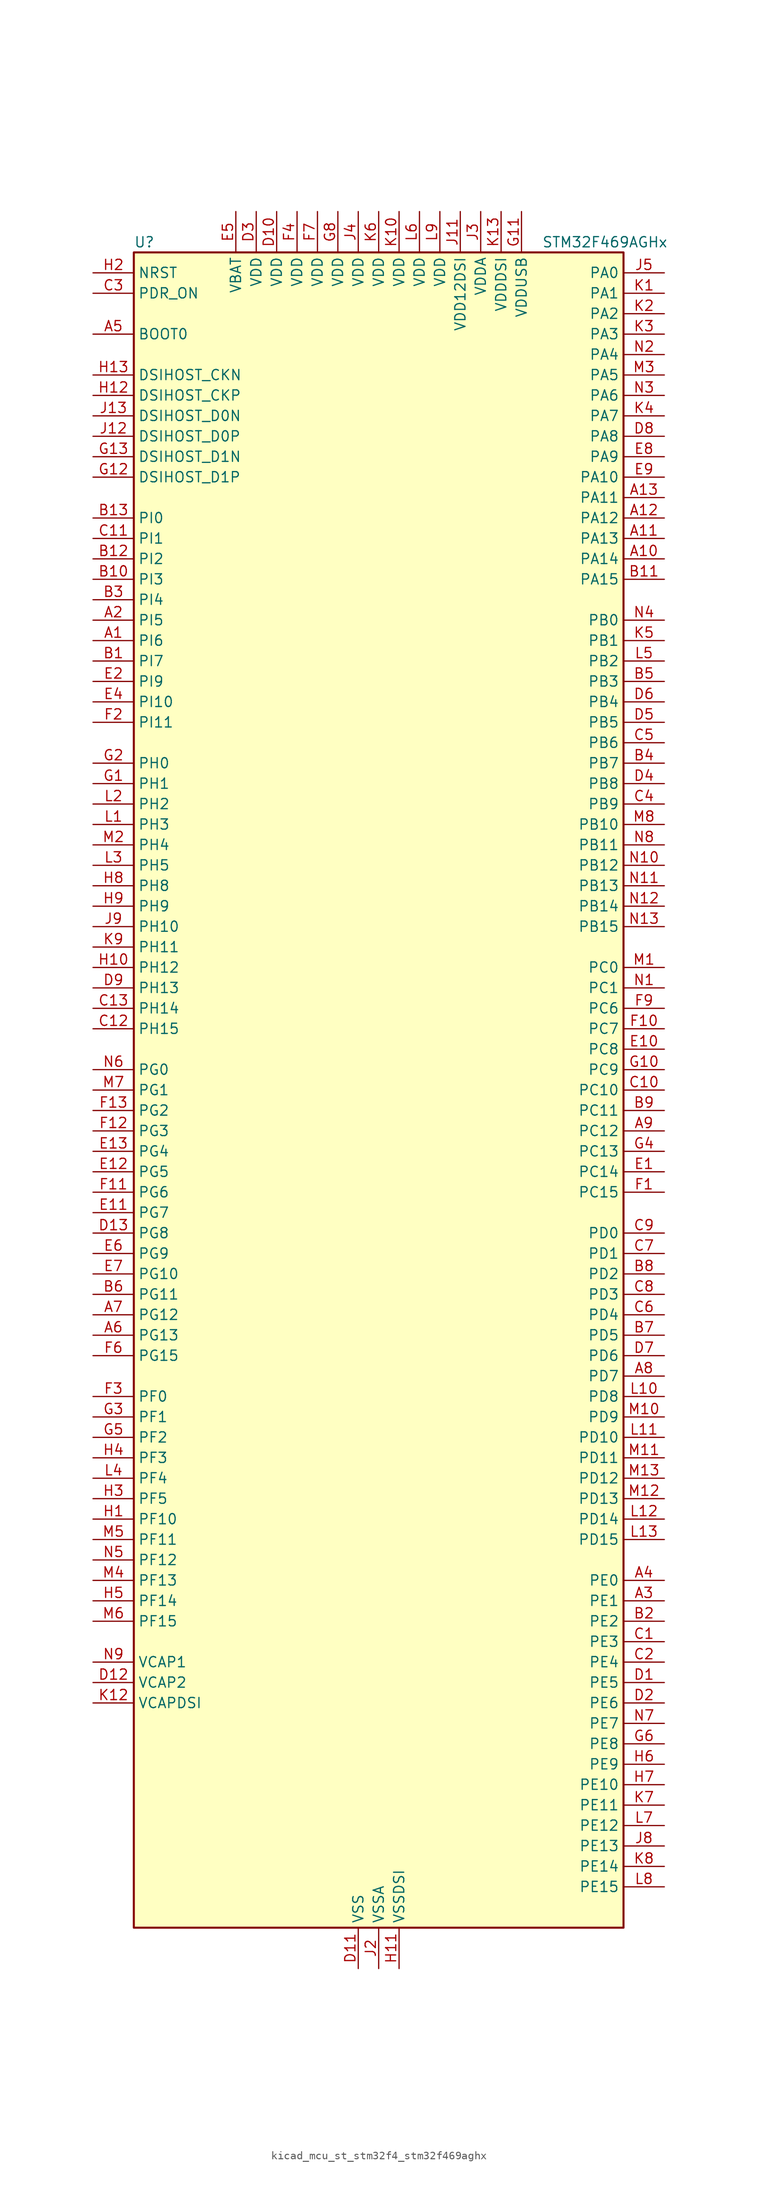
<source format=kicad_sym>
(kicad_symbol_lib
  (version 20220914)
  (generator kicad_symbol_editor)
  (symbol "kicad_mcu_st_stm32f4_stm32f469aghx"
    (property "Reference" "U"
      (at -30.48 105.41 0)
      (effects (font (size 1.27 1.27)) (justify left)))
    (property "Value" "STM32F469AGHx"
      (at 20.32 105.41 0)
      (effects (font (size 1.27 1.27)) (justify left)))
    (property "ki_locked" ""
      (at 0 0 0)
      (effects (font (size 1.27 1.27))))
    (symbol "kicad_mcu_st_stm32f4_stm32f469aghx_0_1"
      (rectangle (start -30.48 -104.14) (end 30.48 104.14) (stroke (width 0.254) (type default)) (fill (type background))))
    (symbol "kicad_mcu_st_stm32f4_stm32f469aghx_1_1"
      (pin bidirectional line (at -35.56 55.88 0) (length 5.08) (name "PI6" (effects (font (size 1.27 1.27)))) (number "A1" (effects (font (size 1.27 1.27)))) (alternate "DCMI_D6" bidirectional line) (alternate "FMC_D28" bidirectional line) (alternate "LTDC_B6" bidirectional line) (alternate "TIM8_CH2" bidirectional line))
      (pin bidirectional line (at 35.56 66.04 180) (length 5.08) (name "PA14" (effects (font (size 1.27 1.27)))) (number "A10" (effects (font (size 1.27 1.27)))) (alternate "SYS_JTCK-SWCLK" bidirectional line))
      (pin bidirectional line (at 35.56 68.58 180) (length 5.08) (name "PA13" (effects (font (size 1.27 1.27)))) (number "A11" (effects (font (size 1.27 1.27)))) (alternate "SYS_JTMS-SWDIO" bidirectional line))
      (pin bidirectional line (at 35.56 71.12 180) (length 5.08) (name "PA12" (effects (font (size 1.27 1.27)))) (number "A12" (effects (font (size 1.27 1.27)))) (alternate "CAN1_TX" bidirectional line) (alternate "LTDC_R5" bidirectional line) (alternate "TIM1_ETR" bidirectional line) (alternate "USART1_RTS" bidirectional line) (alternate "USB_OTG_FS_DP" bidirectional line))
      (pin bidirectional line (at 35.56 73.66 180) (length 5.08) (name "PA11" (effects (font (size 1.27 1.27)))) (number "A13" (effects (font (size 1.27 1.27)))) (alternate "ADC1_EXTI11" bidirectional line) (alternate "ADC2_EXTI11" bidirectional line) (alternate "ADC3_EXTI11" bidirectional line) (alternate "CAN1_RX" bidirectional line) (alternate "LTDC_R4" bidirectional line) (alternate "TIM1_CH4" bidirectional line) (alternate "USART1_CTS" bidirectional line) (alternate "USB_OTG_FS_DM" bidirectional line))
      (pin bidirectional line (at -35.56 58.42 0) (length 5.08) (name "PI5" (effects (font (size 1.27 1.27)))) (number "A2" (effects (font (size 1.27 1.27)))) (alternate "DCMI_VSYNC" bidirectional line) (alternate "FMC_NBL3" bidirectional line) (alternate "LTDC_B5" bidirectional line) (alternate "TIM8_CH1" bidirectional line))
      (pin bidirectional line (at 35.56 -63.5 180) (length 5.08) (name "PE1" (effects (font (size 1.27 1.27)))) (number "A3" (effects (font (size 1.27 1.27)))) (alternate "DCMI_D3" bidirectional line) (alternate "FMC_NBL1" bidirectional line) (alternate "UART8_TX" bidirectional line))
      (pin bidirectional line (at 35.56 -60.96 180) (length 5.08) (name "PE0" (effects (font (size 1.27 1.27)))) (number "A4" (effects (font (size 1.27 1.27)))) (alternate "DCMI_D2" bidirectional line) (alternate "FMC_NBL0" bidirectional line) (alternate "TIM4_ETR" bidirectional line) (alternate "UART8_RX" bidirectional line))
      (pin input line (at -35.56 93.98 0) (length 5.08) (name "BOOT0" (effects (font (size 1.27 1.27)))) (number "A5" (effects (font (size 1.27 1.27)))))
      (pin bidirectional line (at -35.56 -30.48 0) (length 5.08) (name "PG13" (effects (font (size 1.27 1.27)))) (number "A6" (effects (font (size 1.27 1.27)))) (alternate "FMC_A24" bidirectional line) (alternate "LTDC_R0" bidirectional line) (alternate "SPI6_SCK" bidirectional line) (alternate "SYS_TRACED0" bidirectional line) (alternate "USART6_CTS" bidirectional line))
      (pin bidirectional line (at -35.56 -27.94 0) (length 5.08) (name "PG12" (effects (font (size 1.27 1.27)))) (number "A7" (effects (font (size 1.27 1.27)))) (alternate "FMC_NE4" bidirectional line) (alternate "LTDC_B1" bidirectional line) (alternate "LTDC_B4" bidirectional line) (alternate "SPI6_MISO" bidirectional line) (alternate "USART6_RTS" bidirectional line))
      (pin bidirectional line (at 35.56 -35.56 180) (length 5.08) (name "PD7" (effects (font (size 1.27 1.27)))) (number "A8" (effects (font (size 1.27 1.27)))) (alternate "FMC_NE1" bidirectional line) (alternate "USART2_CK" bidirectional line))
      (pin bidirectional line (at 35.56 -5.08 180) (length 5.08) (name "PC12" (effects (font (size 1.27 1.27)))) (number "A9" (effects (font (size 1.27 1.27)))) (alternate "DCMI_D9" bidirectional line) (alternate "I2S3_SD" bidirectional line) (alternate "SDIO_CK" bidirectional line) (alternate "SPI3_MOSI" bidirectional line) (alternate "SYS_TRACED3" bidirectional line) (alternate "UART5_TX" bidirectional line) (alternate "USART3_CK" bidirectional line))
      (pin bidirectional line (at -35.56 53.34 0) (length 5.08) (name "PI7" (effects (font (size 1.27 1.27)))) (number "B1" (effects (font (size 1.27 1.27)))) (alternate "DCMI_D7" bidirectional line) (alternate "FMC_D29" bidirectional line) (alternate "LTDC_B7" bidirectional line) (alternate "TIM8_CH3" bidirectional line))
      (pin bidirectional line (at -35.56 63.5 0) (length 5.08) (name "PI3" (effects (font (size 1.27 1.27)))) (number "B10" (effects (font (size 1.27 1.27)))) (alternate "DCMI_D10" bidirectional line) (alternate "FMC_D27" bidirectional line) (alternate "I2S2_SD" bidirectional line) (alternate "SPI2_MOSI" bidirectional line) (alternate "TIM8_ETR" bidirectional line))
      (pin bidirectional line (at 35.56 63.5 180) (length 5.08) (name "PA15" (effects (font (size 1.27 1.27)))) (number "B11" (effects (font (size 1.27 1.27)))) (alternate "ADC1_EXTI15" bidirectional line) (alternate "ADC2_EXTI15" bidirectional line) (alternate "ADC3_EXTI15" bidirectional line) (alternate "I2S3_WS" bidirectional line) (alternate "SPI1_NSS" bidirectional line) (alternate "SPI3_NSS" bidirectional line) (alternate "SYS_JTDI" bidirectional line) (alternate "TIM2_CH1" bidirectional line) (alternate "TIM2_ETR" bidirectional line))
      (pin bidirectional line (at -35.56 66.04 0) (length 5.08) (name "PI2" (effects (font (size 1.27 1.27)))) (number "B12" (effects (font (size 1.27 1.27)))) (alternate "DCMI_D9" bidirectional line) (alternate "FMC_D26" bidirectional line) (alternate "I2S2_ext_SD" bidirectional line) (alternate "LTDC_G7" bidirectional line) (alternate "SPI2_MISO" bidirectional line) (alternate "TIM8_CH4" bidirectional line))
      (pin bidirectional line (at -35.56 71.12 0) (length 5.08) (name "PI0" (effects (font (size 1.27 1.27)))) (number "B13" (effects (font (size 1.27 1.27)))) (alternate "DCMI_D13" bidirectional line) (alternate "FMC_D24" bidirectional line) (alternate "I2S2_WS" bidirectional line) (alternate "LTDC_G5" bidirectional line) (alternate "SPI2_NSS" bidirectional line) (alternate "TIM5_CH4" bidirectional line))
      (pin bidirectional line (at 35.56 -66.04 180) (length 5.08) (name "PE2" (effects (font (size 1.27 1.27)))) (number "B2" (effects (font (size 1.27 1.27)))) (alternate "FMC_A23" bidirectional line) (alternate "QUADSPI_BK1_IO2" bidirectional line) (alternate "SAI1_MCLK_A" bidirectional line) (alternate "SPI4_SCK" bidirectional line) (alternate "SYS_TRACECLK" bidirectional line))
      (pin bidirectional line (at -35.56 60.96 0) (length 5.08) (name "PI4" (effects (font (size 1.27 1.27)))) (number "B3" (effects (font (size 1.27 1.27)))) (alternate "DCMI_D5" bidirectional line) (alternate "FMC_NBL2" bidirectional line) (alternate "LTDC_B4" bidirectional line) (alternate "TIM8_BKIN" bidirectional line))
      (pin bidirectional line (at 35.56 40.64 180) (length 5.08) (name "PB7" (effects (font (size 1.27 1.27)))) (number "B4" (effects (font (size 1.27 1.27)))) (alternate "DCMI_VSYNC" bidirectional line) (alternate "FMC_NL" bidirectional line) (alternate "I2C1_SDA" bidirectional line) (alternate "TIM4_CH2" bidirectional line) (alternate "USART1_RX" bidirectional line))
      (pin bidirectional line (at 35.56 50.8 180) (length 5.08) (name "PB3" (effects (font (size 1.27 1.27)))) (number "B5" (effects (font (size 1.27 1.27)))) (alternate "I2S3_CK" bidirectional line) (alternate "SPI1_SCK" bidirectional line) (alternate "SPI3_SCK" bidirectional line) (alternate "SYS_JTDO-SWO" bidirectional line) (alternate "TIM2_CH2" bidirectional line))
      (pin bidirectional line (at -35.56 -25.4 0) (length 5.08) (name "PG11" (effects (font (size 1.27 1.27)))) (number "B6" (effects (font (size 1.27 1.27)))) (alternate "ADC1_EXTI11" bidirectional line) (alternate "ADC2_EXTI11" bidirectional line) (alternate "ADC3_EXTI11" bidirectional line) (alternate "DCMI_D3" bidirectional line) (alternate "LTDC_B3" bidirectional line))
      (pin bidirectional line (at 35.56 -30.48 180) (length 5.08) (name "PD5" (effects (font (size 1.27 1.27)))) (number "B7" (effects (font (size 1.27 1.27)))) (alternate "FMC_NWE" bidirectional line) (alternate "USART2_TX" bidirectional line))
      (pin bidirectional line (at 35.56 -22.86 180) (length 5.08) (name "PD2" (effects (font (size 1.27 1.27)))) (number "B8" (effects (font (size 1.27 1.27)))) (alternate "DCMI_D11" bidirectional line) (alternate "SDIO_CMD" bidirectional line) (alternate "SYS_TRACED2" bidirectional line) (alternate "TIM3_ETR" bidirectional line) (alternate "UART5_RX" bidirectional line))
      (pin bidirectional line (at 35.56 -2.54 180) (length 5.08) (name "PC11" (effects (font (size 1.27 1.27)))) (number "B9" (effects (font (size 1.27 1.27)))) (alternate "ADC1_EXTI11" bidirectional line) (alternate "ADC2_EXTI11" bidirectional line) (alternate "ADC3_EXTI11" bidirectional line) (alternate "DCMI_D4" bidirectional line) (alternate "I2S3_ext_SD" bidirectional line) (alternate "QUADSPI_BK2_NCS" bidirectional line) (alternate "SDIO_D3" bidirectional line) (alternate "SPI3_MISO" bidirectional line) (alternate "UART4_RX" bidirectional line) (alternate "USART3_RX" bidirectional line))
      (pin bidirectional line (at 35.56 -68.58 180) (length 5.08) (name "PE3" (effects (font (size 1.27 1.27)))) (number "C1" (effects (font (size 1.27 1.27)))) (alternate "FMC_A19" bidirectional line) (alternate "SAI1_SD_B" bidirectional line) (alternate "SYS_TRACED0" bidirectional line))
      (pin bidirectional line (at 35.56 0 180) (length 5.08) (name "PC10" (effects (font (size 1.27 1.27)))) (number "C10" (effects (font (size 1.27 1.27)))) (alternate "DCMI_D8" bidirectional line) (alternate "I2S3_CK" bidirectional line) (alternate "LTDC_R2" bidirectional line) (alternate "QUADSPI_BK1_IO1" bidirectional line) (alternate "SDIO_D2" bidirectional line) (alternate "SPI3_SCK" bidirectional line) (alternate "UART4_TX" bidirectional line) (alternate "USART3_TX" bidirectional line))
      (pin bidirectional line (at -35.56 68.58 0) (length 5.08) (name "PI1" (effects (font (size 1.27 1.27)))) (number "C11" (effects (font (size 1.27 1.27)))) (alternate "DCMI_D8" bidirectional line) (alternate "FMC_D25" bidirectional line) (alternate "I2S2_CK" bidirectional line) (alternate "LTDC_G6" bidirectional line) (alternate "SPI2_SCK" bidirectional line))
      (pin bidirectional line (at -35.56 7.62 0) (length 5.08) (name "PH15" (effects (font (size 1.27 1.27)))) (number "C12" (effects (font (size 1.27 1.27)))) (alternate "ADC1_EXTI15" bidirectional line) (alternate "ADC2_EXTI15" bidirectional line) (alternate "ADC3_EXTI15" bidirectional line) (alternate "DCMI_D11" bidirectional line) (alternate "FMC_D23" bidirectional line) (alternate "LTDC_G4" bidirectional line) (alternate "TIM8_CH3N" bidirectional line))
      (pin bidirectional line (at -35.56 10.16 0) (length 5.08) (name "PH14" (effects (font (size 1.27 1.27)))) (number "C13" (effects (font (size 1.27 1.27)))) (alternate "DCMI_D4" bidirectional line) (alternate "FMC_D22" bidirectional line) (alternate "LTDC_G3" bidirectional line) (alternate "TIM8_CH2N" bidirectional line))
      (pin bidirectional line (at 35.56 -71.12 180) (length 5.08) (name "PE4" (effects (font (size 1.27 1.27)))) (number "C2" (effects (font (size 1.27 1.27)))) (alternate "DCMI_D4" bidirectional line) (alternate "FMC_A20" bidirectional line) (alternate "LTDC_B0" bidirectional line) (alternate "SAI1_FS_A" bidirectional line) (alternate "SPI4_NSS" bidirectional line) (alternate "SYS_TRACED1" bidirectional line))
      (pin input line (at -35.56 99.06 0) (length 5.08) (name "PDR_ON" (effects (font (size 1.27 1.27)))) (number "C3" (effects (font (size 1.27 1.27)))))
      (pin bidirectional line (at 35.56 35.56 180) (length 5.08) (name "PB9" (effects (font (size 1.27 1.27)))) (number "C4" (effects (font (size 1.27 1.27)))) (alternate "CAN1_TX" bidirectional line) (alternate "DAC_EXTI9" bidirectional line) (alternate "DCMI_D7" bidirectional line) (alternate "I2C1_SDA" bidirectional line) (alternate "I2S2_WS" bidirectional line) (alternate "LTDC_B7" bidirectional line) (alternate "SDIO_D5" bidirectional line) (alternate "SPI2_NSS" bidirectional line) (alternate "TIM11_CH1" bidirectional line) (alternate "TIM4_CH4" bidirectional line))
      (pin bidirectional line (at 35.56 43.18 180) (length 5.08) (name "PB6" (effects (font (size 1.27 1.27)))) (number "C5" (effects (font (size 1.27 1.27)))) (alternate "CAN2_TX" bidirectional line) (alternate "DCMI_D5" bidirectional line) (alternate "FMC_SDNE1" bidirectional line) (alternate "I2C1_SCL" bidirectional line) (alternate "QUADSPI_BK1_NCS" bidirectional line) (alternate "TIM4_CH1" bidirectional line) (alternate "USART1_TX" bidirectional line))
      (pin bidirectional line (at 35.56 -27.94 180) (length 5.08) (name "PD4" (effects (font (size 1.27 1.27)))) (number "C6" (effects (font (size 1.27 1.27)))) (alternate "FMC_NOE" bidirectional line) (alternate "USART2_RTS" bidirectional line))
      (pin bidirectional line (at 35.56 -20.32 180) (length 5.08) (name "PD1" (effects (font (size 1.27 1.27)))) (number "C7" (effects (font (size 1.27 1.27)))) (alternate "CAN1_TX" bidirectional line) (alternate "FMC_D3" bidirectional line) (alternate "FMC_DA3" bidirectional line))
      (pin bidirectional line (at 35.56 -25.4 180) (length 5.08) (name "PD3" (effects (font (size 1.27 1.27)))) (number "C8" (effects (font (size 1.27 1.27)))) (alternate "DCMI_D5" bidirectional line) (alternate "FMC_CLK" bidirectional line) (alternate "I2S2_CK" bidirectional line) (alternate "LTDC_G7" bidirectional line) (alternate "SPI2_SCK" bidirectional line) (alternate "USART2_CTS" bidirectional line))
      (pin bidirectional line (at 35.56 -17.78 180) (length 5.08) (name "PD0" (effects (font (size 1.27 1.27)))) (number "C9" (effects (font (size 1.27 1.27)))) (alternate "CAN1_RX" bidirectional line) (alternate "FMC_D2" bidirectional line) (alternate "FMC_DA2" bidirectional line))
      (pin bidirectional line (at 35.56 -73.66 180) (length 5.08) (name "PE5" (effects (font (size 1.27 1.27)))) (number "D1" (effects (font (size 1.27 1.27)))) (alternate "DCMI_D6" bidirectional line) (alternate "FMC_A21" bidirectional line) (alternate "LTDC_G0" bidirectional line) (alternate "SAI1_SCK_A" bidirectional line) (alternate "SPI4_MISO" bidirectional line) (alternate "SYS_TRACED2" bidirectional line) (alternate "TIM9_CH1" bidirectional line))
      (pin power_in line (at -12.7 109.22 270) (length 5.08) (name "VDD" (effects (font (size 1.27 1.27)))) (number "D10" (effects (font (size 1.27 1.27)))))
      (pin power_in line (at -2.54 -109.22 90) (length 5.08) (name "VSS" (effects (font (size 1.27 1.27)))) (number "D11" (effects (font (size 1.27 1.27)))))
      (pin power_out line (at -35.56 -73.66 0) (length 5.08) (name "VCAP2" (effects (font (size 1.27 1.27)))) (number "D12" (effects (font (size 1.27 1.27)))))
      (pin bidirectional line (at -35.56 -17.78 0) (length 5.08) (name "PG8" (effects (font (size 1.27 1.27)))) (number "D13" (effects (font (size 1.27 1.27)))) (alternate "FMC_SDCLK" bidirectional line) (alternate "LTDC_G7" bidirectional line) (alternate "SPI6_NSS" bidirectional line) (alternate "USART6_RTS" bidirectional line))
      (pin bidirectional line (at 35.56 -76.2 180) (length 5.08) (name "PE6" (effects (font (size 1.27 1.27)))) (number "D2" (effects (font (size 1.27 1.27)))) (alternate "DCMI_D7" bidirectional line) (alternate "FMC_A22" bidirectional line) (alternate "LTDC_G1" bidirectional line) (alternate "SAI1_SD_A" bidirectional line) (alternate "SPI4_MOSI" bidirectional line) (alternate "SYS_TRACED3" bidirectional line) (alternate "TIM9_CH2" bidirectional line))
      (pin power_in line (at -15.24 109.22 270) (length 5.08) (name "VDD" (effects (font (size 1.27 1.27)))) (number "D3" (effects (font (size 1.27 1.27)))))
      (pin bidirectional line (at 35.56 38.1 180) (length 5.08) (name "PB8" (effects (font (size 1.27 1.27)))) (number "D4" (effects (font (size 1.27 1.27)))) (alternate "CAN1_RX" bidirectional line) (alternate "DCMI_D6" bidirectional line) (alternate "I2C1_SCL" bidirectional line) (alternate "LTDC_B6" bidirectional line) (alternate "SDIO_D4" bidirectional line) (alternate "TIM10_CH1" bidirectional line) (alternate "TIM4_CH3" bidirectional line))
      (pin bidirectional line (at 35.56 45.72 180) (length 5.08) (name "PB5" (effects (font (size 1.27 1.27)))) (number "D5" (effects (font (size 1.27 1.27)))) (alternate "CAN2_RX" bidirectional line) (alternate "DCMI_D10" bidirectional line) (alternate "FMC_SDCKE1" bidirectional line) (alternate "I2C1_SMBA" bidirectional line) (alternate "I2S3_SD" bidirectional line) (alternate "LTDC_G7" bidirectional line) (alternate "SPI1_MOSI" bidirectional line) (alternate "SPI3_MOSI" bidirectional line) (alternate "TIM3_CH2" bidirectional line) (alternate "USB_OTG_HS_ULPI_D7" bidirectional line))
      (pin bidirectional line (at 35.56 48.26 180) (length 5.08) (name "PB4" (effects (font (size 1.27 1.27)))) (number "D6" (effects (font (size 1.27 1.27)))) (alternate "I2S3_ext_SD" bidirectional line) (alternate "SPI1_MISO" bidirectional line) (alternate "SPI3_MISO" bidirectional line) (alternate "SYS_JTRST" bidirectional line) (alternate "TIM3_CH1" bidirectional line))
      (pin bidirectional line (at 35.56 -33.02 180) (length 5.08) (name "PD6" (effects (font (size 1.27 1.27)))) (number "D7" (effects (font (size 1.27 1.27)))) (alternate "DCMI_D10" bidirectional line) (alternate "FMC_NWAIT" bidirectional line) (alternate "I2S3_SD" bidirectional line) (alternate "LTDC_B2" bidirectional line) (alternate "SAI1_SD_A" bidirectional line) (alternate "SPI3_MOSI" bidirectional line) (alternate "USART2_RX" bidirectional line))
      (pin bidirectional line (at 35.56 81.28 180) (length 5.08) (name "PA8" (effects (font (size 1.27 1.27)))) (number "D8" (effects (font (size 1.27 1.27)))) (alternate "I2C3_SCL" bidirectional line) (alternate "LTDC_R6" bidirectional line) (alternate "RCC_MCO_1" bidirectional line) (alternate "TIM1_CH1" bidirectional line) (alternate "USART1_CK" bidirectional line) (alternate "USB_OTG_FS_SOF" bidirectional line))
      (pin bidirectional line (at -35.56 12.7 0) (length 5.08) (name "PH13" (effects (font (size 1.27 1.27)))) (number "D9" (effects (font (size 1.27 1.27)))) (alternate "CAN1_TX" bidirectional line) (alternate "FMC_D21" bidirectional line) (alternate "LTDC_G2" bidirectional line) (alternate "TIM8_CH1N" bidirectional line))
      (pin bidirectional line (at 35.56 -10.16 180) (length 5.08) (name "PC14" (effects (font (size 1.27 1.27)))) (number "E1" (effects (font (size 1.27 1.27)))) (alternate "RCC_OSC32_IN" bidirectional line))
      (pin bidirectional line (at 35.56 5.08 180) (length 5.08) (name "PC8" (effects (font (size 1.27 1.27)))) (number "E10" (effects (font (size 1.27 1.27)))) (alternate "DCMI_D2" bidirectional line) (alternate "SDIO_D0" bidirectional line) (alternate "SYS_TRACED1" bidirectional line) (alternate "TIM3_CH3" bidirectional line) (alternate "TIM8_CH3" bidirectional line) (alternate "USART6_CK" bidirectional line))
      (pin bidirectional line (at -35.56 -15.24 0) (length 5.08) (name "PG7" (effects (font (size 1.27 1.27)))) (number "E11" (effects (font (size 1.27 1.27)))) (alternate "DCMI_D13" bidirectional line) (alternate "FMC_INT" bidirectional line) (alternate "LTDC_CLK" bidirectional line) (alternate "SAI1_MCLK_A" bidirectional line) (alternate "USART6_CK" bidirectional line))
      (pin bidirectional line (at -35.56 -10.16 0) (length 5.08) (name "PG5" (effects (font (size 1.27 1.27)))) (number "E12" (effects (font (size 1.27 1.27)))) (alternate "FMC_A15" bidirectional line) (alternate "FMC_BA1" bidirectional line))
      (pin bidirectional line (at -35.56 -7.62 0) (length 5.08) (name "PG4" (effects (font (size 1.27 1.27)))) (number "E13" (effects (font (size 1.27 1.27)))) (alternate "FMC_A14" bidirectional line) (alternate "FMC_BA0" bidirectional line))
      (pin bidirectional line (at -35.56 50.8 0) (length 5.08) (name "PI9" (effects (font (size 1.27 1.27)))) (number "E2" (effects (font (size 1.27 1.27)))) (alternate "CAN1_RX" bidirectional line) (alternate "DAC_EXTI9" bidirectional line) (alternate "FMC_D30" bidirectional line) (alternate "LTDC_VSYNC" bidirectional line))
      (pin passive line (at -2.54 -109.22 90) (length 5.08) hide (name "VSS" (effects (font (size 1.27 1.27)))) (number "E3" (effects (font (size 1.27 1.27)))))
      (pin bidirectional line (at -35.56 48.26 0) (length 5.08) (name "PI10" (effects (font (size 1.27 1.27)))) (number "E4" (effects (font (size 1.27 1.27)))) (alternate "FMC_D31" bidirectional line) (alternate "LTDC_HSYNC" bidirectional line))
      (pin power_in line (at -17.78 109.22 270) (length 5.08) (name "VBAT" (effects (font (size 1.27 1.27)))) (number "E5" (effects (font (size 1.27 1.27)))))
      (pin bidirectional line (at -35.56 -20.32 0) (length 5.08) (name "PG9" (effects (font (size 1.27 1.27)))) (number "E6" (effects (font (size 1.27 1.27)))) (alternate "DAC_EXTI9" bidirectional line) (alternate "DCMI_VSYNC" bidirectional line) (alternate "FMC_NCE" bidirectional line) (alternate "FMC_NE2" bidirectional line) (alternate "QUADSPI_BK2_IO2" bidirectional line) (alternate "USART6_RX" bidirectional line))
      (pin bidirectional line (at -35.56 -22.86 0) (length 5.08) (name "PG10" (effects (font (size 1.27 1.27)))) (number "E7" (effects (font (size 1.27 1.27)))) (alternate "DCMI_D2" bidirectional line) (alternate "FMC_NE3" bidirectional line) (alternate "LTDC_B2" bidirectional line) (alternate "LTDC_G3" bidirectional line))
      (pin bidirectional line (at 35.56 78.74 180) (length 5.08) (name "PA9" (effects (font (size 1.27 1.27)))) (number "E8" (effects (font (size 1.27 1.27)))) (alternate "DAC_EXTI9" bidirectional line) (alternate "DCMI_D0" bidirectional line) (alternate "I2C3_SMBA" bidirectional line) (alternate "I2S2_CK" bidirectional line) (alternate "SPI2_SCK" bidirectional line) (alternate "TIM1_CH2" bidirectional line) (alternate "USART1_TX" bidirectional line) (alternate "USB_OTG_FS_VBUS" bidirectional line))
      (pin bidirectional line (at 35.56 76.2 180) (length 5.08) (name "PA10" (effects (font (size 1.27 1.27)))) (number "E9" (effects (font (size 1.27 1.27)))) (alternate "DCMI_D1" bidirectional line) (alternate "TIM1_CH3" bidirectional line) (alternate "USART1_RX" bidirectional line) (alternate "USB_OTG_FS_ID" bidirectional line))
      (pin bidirectional line (at 35.56 -12.7 180) (length 5.08) (name "PC15" (effects (font (size 1.27 1.27)))) (number "F1" (effects (font (size 1.27 1.27)))) (alternate "ADC1_EXTI15" bidirectional line) (alternate "ADC2_EXTI15" bidirectional line) (alternate "ADC3_EXTI15" bidirectional line) (alternate "RCC_OSC32_OUT" bidirectional line))
      (pin bidirectional line (at 35.56 7.62 180) (length 5.08) (name "PC7" (effects (font (size 1.27 1.27)))) (number "F10" (effects (font (size 1.27 1.27)))) (alternate "DCMI_D1" bidirectional line) (alternate "I2S3_MCK" bidirectional line) (alternate "LTDC_G6" bidirectional line) (alternate "SDIO_D7" bidirectional line) (alternate "TIM3_CH2" bidirectional line) (alternate "TIM8_CH2" bidirectional line) (alternate "USART6_RX" bidirectional line))
      (pin bidirectional line (at -35.56 -12.7 0) (length 5.08) (name "PG6" (effects (font (size 1.27 1.27)))) (number "F11" (effects (font (size 1.27 1.27)))) (alternate "DCMI_D12" bidirectional line) (alternate "LTDC_R7" bidirectional line))
      (pin bidirectional line (at -35.56 -5.08 0) (length 5.08) (name "PG3" (effects (font (size 1.27 1.27)))) (number "F12" (effects (font (size 1.27 1.27)))) (alternate "FMC_A13" bidirectional line))
      (pin bidirectional line (at -35.56 -2.54 0) (length 5.08) (name "PG2" (effects (font (size 1.27 1.27)))) (number "F13" (effects (font (size 1.27 1.27)))) (alternate "FMC_A12" bidirectional line))
      (pin bidirectional line (at -35.56 45.72 0) (length 5.08) (name "PI11" (effects (font (size 1.27 1.27)))) (number "F2" (effects (font (size 1.27 1.27)))) (alternate "ADC1_EXTI11" bidirectional line) (alternate "ADC2_EXTI11" bidirectional line) (alternate "ADC3_EXTI11" bidirectional line) (alternate "LTDC_G6" bidirectional line) (alternate "USB_OTG_HS_ULPI_DIR" bidirectional line))
      (pin bidirectional line (at -35.56 -38.1 0) (length 5.08) (name "PF0" (effects (font (size 1.27 1.27)))) (number "F3" (effects (font (size 1.27 1.27)))) (alternate "FMC_A0" bidirectional line) (alternate "I2C2_SDA" bidirectional line))
      (pin power_in line (at -10.16 109.22 270) (length 5.08) (name "VDD" (effects (font (size 1.27 1.27)))) (number "F4" (effects (font (size 1.27 1.27)))))
      (pin passive line (at -2.54 -109.22 90) (length 5.08) hide (name "VSS" (effects (font (size 1.27 1.27)))) (number "F5" (effects (font (size 1.27 1.27)))))
      (pin bidirectional line (at -35.56 -33.02 0) (length 5.08) (name "PG15" (effects (font (size 1.27 1.27)))) (number "F6" (effects (font (size 1.27 1.27)))) (alternate "ADC1_EXTI15" bidirectional line) (alternate "ADC2_EXTI15" bidirectional line) (alternate "ADC3_EXTI15" bidirectional line) (alternate "DCMI_D13" bidirectional line) (alternate "FMC_SDNCAS" bidirectional line) (alternate "USART6_CTS" bidirectional line))
      (pin power_in line (at -7.62 109.22 270) (length 5.08) (name "VDD" (effects (font (size 1.27 1.27)))) (number "F7" (effects (font (size 1.27 1.27)))))
      (pin passive line (at -2.54 -109.22 90) (length 5.08) hide (name "VSS" (effects (font (size 1.27 1.27)))) (number "F8" (effects (font (size 1.27 1.27)))))
      (pin bidirectional line (at 35.56 10.16 180) (length 5.08) (name "PC6" (effects (font (size 1.27 1.27)))) (number "F9" (effects (font (size 1.27 1.27)))) (alternate "DCMI_D0" bidirectional line) (alternate "I2S2_MCK" bidirectional line) (alternate "LTDC_HSYNC" bidirectional line) (alternate "SDIO_D6" bidirectional line) (alternate "TIM3_CH1" bidirectional line) (alternate "TIM8_CH1" bidirectional line) (alternate "USART6_TX" bidirectional line))
      (pin bidirectional line (at -35.56 38.1 0) (length 5.08) (name "PH1" (effects (font (size 1.27 1.27)))) (number "G1" (effects (font (size 1.27 1.27)))) (alternate "RCC_OSC_OUT" bidirectional line))
      (pin bidirectional line (at 35.56 2.54 180) (length 5.08) (name "PC9" (effects (font (size 1.27 1.27)))) (number "G10" (effects (font (size 1.27 1.27)))) (alternate "DAC_EXTI9" bidirectional line) (alternate "DCMI_D3" bidirectional line) (alternate "I2C3_SDA" bidirectional line) (alternate "I2S_CKIN" bidirectional line) (alternate "QUADSPI_BK1_IO0" bidirectional line) (alternate "RCC_MCO_2" bidirectional line) (alternate "SDIO_D1" bidirectional line) (alternate "TIM3_CH4" bidirectional line) (alternate "TIM8_CH4" bidirectional line))
      (pin power_in line (at 17.78 109.22 270) (length 5.08) (name "VDDUSB" (effects (font (size 1.27 1.27)))) (number "G11" (effects (font (size 1.27 1.27)))))
      (pin bidirectional line (at -35.56 76.2 0) (length 5.08) (name "DSIHOST_D1P" (effects (font (size 1.27 1.27)))) (number "G12" (effects (font (size 1.27 1.27)))) (alternate "DSIHOST_D1P" bidirectional line))
      (pin bidirectional line (at -35.56 78.74 0) (length 5.08) (name "DSIHOST_D1N" (effects (font (size 1.27 1.27)))) (number "G13" (effects (font (size 1.27 1.27)))) (alternate "DSIHOST_D1N" bidirectional line))
      (pin bidirectional line (at -35.56 40.64 0) (length 5.08) (name "PH0" (effects (font (size 1.27 1.27)))) (number "G2" (effects (font (size 1.27 1.27)))) (alternate "RCC_OSC_IN" bidirectional line))
      (pin bidirectional line (at -35.56 -40.64 0) (length 5.08) (name "PF1" (effects (font (size 1.27 1.27)))) (number "G3" (effects (font (size 1.27 1.27)))) (alternate "FMC_A1" bidirectional line) (alternate "I2C2_SCL" bidirectional line))
      (pin bidirectional line (at 35.56 -7.62 180) (length 5.08) (name "PC13" (effects (font (size 1.27 1.27)))) (number "G4" (effects (font (size 1.27 1.27)))) (alternate "RTC_AF1" bidirectional line))
      (pin bidirectional line (at -35.56 -43.18 0) (length 5.08) (name "PF2" (effects (font (size 1.27 1.27)))) (number "G5" (effects (font (size 1.27 1.27)))) (alternate "FMC_A2" bidirectional line) (alternate "I2C2_SMBA" bidirectional line))
      (pin bidirectional line (at 35.56 -81.28 180) (length 5.08) (name "PE8" (effects (font (size 1.27 1.27)))) (number "G6" (effects (font (size 1.27 1.27)))) (alternate "FMC_D5" bidirectional line) (alternate "FMC_DA5" bidirectional line) (alternate "QUADSPI_BK2_IO1" bidirectional line) (alternate "TIM1_CH1N" bidirectional line) (alternate "UART7_TX" bidirectional line))
      (pin passive line (at -2.54 -109.22 90) (length 5.08) hide (name "VSS" (effects (font (size 1.27 1.27)))) (number "G7" (effects (font (size 1.27 1.27)))))
      (pin power_in line (at -5.08 109.22 270) (length 5.08) (name "VDD" (effects (font (size 1.27 1.27)))) (number "G8" (effects (font (size 1.27 1.27)))))
      (pin passive line (at -2.54 -109.22 90) (length 5.08) hide (name "VSS" (effects (font (size 1.27 1.27)))) (number "G9" (effects (font (size 1.27 1.27)))))
      (pin bidirectional line (at -35.56 -53.34 0) (length 5.08) (name "PF10" (effects (font (size 1.27 1.27)))) (number "H1" (effects (font (size 1.27 1.27)))) (alternate "ADC3_IN8" bidirectional line) (alternate "DCMI_D11" bidirectional line) (alternate "LTDC_DE" bidirectional line) (alternate "QUADSPI_CLK" bidirectional line))
      (pin bidirectional line (at -35.56 15.24 0) (length 5.08) (name "PH12" (effects (font (size 1.27 1.27)))) (number "H10" (effects (font (size 1.27 1.27)))) (alternate "DCMI_D3" bidirectional line) (alternate "FMC_D20" bidirectional line) (alternate "LTDC_R6" bidirectional line) (alternate "TIM5_CH3" bidirectional line))
      (pin power_in line (at 2.54 -109.22 90) (length 5.08) (name "VSSDSI" (effects (font (size 1.27 1.27)))) (number "H11" (effects (font (size 1.27 1.27)))))
      (pin bidirectional line (at -35.56 86.36 0) (length 5.08) (name "DSIHOST_CKP" (effects (font (size 1.27 1.27)))) (number "H12" (effects (font (size 1.27 1.27)))) (alternate "DSIHOST_CKP" bidirectional line))
      (pin bidirectional line (at -35.56 88.9 0) (length 5.08) (name "DSIHOST_CKN" (effects (font (size 1.27 1.27)))) (number "H13" (effects (font (size 1.27 1.27)))) (alternate "DSIHOST_CKN" bidirectional line))
      (pin input line (at -35.56 101.6 0) (length 5.08) (name "NRST" (effects (font (size 1.27 1.27)))) (number "H2" (effects (font (size 1.27 1.27)))))
      (pin bidirectional line (at -35.56 -50.8 0) (length 5.08) (name "PF5" (effects (font (size 1.27 1.27)))) (number "H3" (effects (font (size 1.27 1.27)))) (alternate "ADC3_IN15" bidirectional line) (alternate "FMC_A5" bidirectional line))
      (pin bidirectional line (at -35.56 -45.72 0) (length 5.08) (name "PF3" (effects (font (size 1.27 1.27)))) (number "H4" (effects (font (size 1.27 1.27)))) (alternate "ADC3_IN9" bidirectional line) (alternate "FMC_A3" bidirectional line))
      (pin bidirectional line (at -35.56 -63.5 0) (length 5.08) (name "PF14" (effects (font (size 1.27 1.27)))) (number "H5" (effects (font (size 1.27 1.27)))) (alternate "FMC_A8" bidirectional line))
      (pin bidirectional line (at 35.56 -83.82 180) (length 5.08) (name "PE9" (effects (font (size 1.27 1.27)))) (number "H6" (effects (font (size 1.27 1.27)))) (alternate "DAC_EXTI9" bidirectional line) (alternate "FMC_D6" bidirectional line) (alternate "FMC_DA6" bidirectional line) (alternate "QUADSPI_BK2_IO2" bidirectional line) (alternate "TIM1_CH1" bidirectional line))
      (pin bidirectional line (at 35.56 -86.36 180) (length 5.08) (name "PE10" (effects (font (size 1.27 1.27)))) (number "H7" (effects (font (size 1.27 1.27)))) (alternate "FMC_D7" bidirectional line) (alternate "FMC_DA7" bidirectional line) (alternate "QUADSPI_BK2_IO3" bidirectional line) (alternate "TIM1_CH2N" bidirectional line))
      (pin bidirectional line (at -35.56 25.4 0) (length 5.08) (name "PH8" (effects (font (size 1.27 1.27)))) (number "H8" (effects (font (size 1.27 1.27)))) (alternate "DCMI_HSYNC" bidirectional line) (alternate "FMC_D16" bidirectional line) (alternate "I2C3_SDA" bidirectional line) (alternate "LTDC_R2" bidirectional line))
      (pin bidirectional line (at -35.56 22.86 0) (length 5.08) (name "PH9" (effects (font (size 1.27 1.27)))) (number "H9" (effects (font (size 1.27 1.27)))) (alternate "DAC_EXTI9" bidirectional line) (alternate "DCMI_D0" bidirectional line) (alternate "FMC_D17" bidirectional line) (alternate "I2C3_SMBA" bidirectional line) (alternate "LTDC_R3" bidirectional line) (alternate "TIM12_CH2" bidirectional line))
      (pin passive line (at -2.54 -109.22 90) (length 5.08) hide (name "VSS" (effects (font (size 1.27 1.27)))) (number "J1" (effects (font (size 1.27 1.27)))))
      (pin passive line (at -2.54 -109.22 90) (length 5.08) hide (name "VSS" (effects (font (size 1.27 1.27)))) (number "J10" (effects (font (size 1.27 1.27)))))
      (pin power_in line (at 10.16 109.22 270) (length 5.08) (name "VDD12DSI" (effects (font (size 1.27 1.27)))) (number "J11" (effects (font (size 1.27 1.27)))))
      (pin bidirectional line (at -35.56 81.28 0) (length 5.08) (name "DSIHOST_D0P" (effects (font (size 1.27 1.27)))) (number "J12" (effects (font (size 1.27 1.27)))) (alternate "DSIHOST_D0P" bidirectional line))
      (pin bidirectional line (at -35.56 83.82 0) (length 5.08) (name "DSIHOST_D0N" (effects (font (size 1.27 1.27)))) (number "J13" (effects (font (size 1.27 1.27)))) (alternate "DSIHOST_D0N" bidirectional line))
      (pin power_in line (at 0 -109.22 90) (length 5.08) (name "VSSA" (effects (font (size 1.27 1.27)))) (number "J2" (effects (font (size 1.27 1.27)))))
      (pin power_in line (at 12.7 109.22 270) (length 5.08) (name "VDDA" (effects (font (size 1.27 1.27)))) (number "J3" (effects (font (size 1.27 1.27)))))
      (pin power_in line (at -2.54 109.22 270) (length 5.08) (name "VDD" (effects (font (size 1.27 1.27)))) (number "J4" (effects (font (size 1.27 1.27)))))
      (pin bidirectional line (at 35.56 101.6 180) (length 5.08) (name "PA0" (effects (font (size 1.27 1.27)))) (number "J5" (effects (font (size 1.27 1.27)))) (alternate "ADC1_IN0" bidirectional line) (alternate "ADC2_IN0" bidirectional line) (alternate "ADC3_IN0" bidirectional line) (alternate "SYS_WKUP" bidirectional line) (alternate "TIM2_CH1" bidirectional line) (alternate "TIM2_ETR" bidirectional line) (alternate "TIM5_CH1" bidirectional line) (alternate "TIM8_ETR" bidirectional line) (alternate "UART4_TX" bidirectional line) (alternate "USART2_CTS" bidirectional line))
      (pin passive line (at -2.54 -109.22 90) (length 5.08) hide (name "VSS" (effects (font (size 1.27 1.27)))) (number "J6" (effects (font (size 1.27 1.27)))))
      (pin passive line (at -2.54 -109.22 90) (length 5.08) hide (name "VSS" (effects (font (size 1.27 1.27)))) (number "J7" (effects (font (size 1.27 1.27)))))
      (pin bidirectional line (at 35.56 -93.98 180) (length 5.08) (name "PE13" (effects (font (size 1.27 1.27)))) (number "J8" (effects (font (size 1.27 1.27)))) (alternate "FMC_D10" bidirectional line) (alternate "FMC_DA10" bidirectional line) (alternate "LTDC_DE" bidirectional line) (alternate "SPI4_MISO" bidirectional line) (alternate "TIM1_CH3" bidirectional line))
      (pin bidirectional line (at -35.56 20.32 0) (length 5.08) (name "PH10" (effects (font (size 1.27 1.27)))) (number "J9" (effects (font (size 1.27 1.27)))) (alternate "DCMI_D1" bidirectional line) (alternate "FMC_D18" bidirectional line) (alternate "LTDC_R4" bidirectional line) (alternate "TIM5_CH1" bidirectional line))
      (pin bidirectional line (at 35.56 99.06 180) (length 5.08) (name "PA1" (effects (font (size 1.27 1.27)))) (number "K1" (effects (font (size 1.27 1.27)))) (alternate "ADC1_IN1" bidirectional line) (alternate "ADC2_IN1" bidirectional line) (alternate "ADC3_IN1" bidirectional line) (alternate "LTDC_R2" bidirectional line) (alternate "QUADSPI_BK1_IO3" bidirectional line) (alternate "TIM2_CH2" bidirectional line) (alternate "TIM5_CH2" bidirectional line) (alternate "UART4_RX" bidirectional line) (alternate "USART2_RTS" bidirectional line))
      (pin power_in line (at 2.54 109.22 270) (length 5.08) (name "VDD" (effects (font (size 1.27 1.27)))) (number "K10" (effects (font (size 1.27 1.27)))))
      (pin passive line (at 2.54 -109.22 90) (length 5.08) hide (name "VSSDSI" (effects (font (size 1.27 1.27)))) (number "K11" (effects (font (size 1.27 1.27)))))
      (pin power_out line (at -35.56 -76.2 0) (length 5.08) (name "VCAPDSI" (effects (font (size 1.27 1.27)))) (number "K12" (effects (font (size 1.27 1.27)))))
      (pin power_in line (at 15.24 109.22 270) (length 5.08) (name "VDDDSI" (effects (font (size 1.27 1.27)))) (number "K13" (effects (font (size 1.27 1.27)))))
      (pin bidirectional line (at 35.56 96.52 180) (length 5.08) (name "PA2" (effects (font (size 1.27 1.27)))) (number "K2" (effects (font (size 1.27 1.27)))) (alternate "ADC1_IN2" bidirectional line) (alternate "ADC2_IN2" bidirectional line) (alternate "ADC3_IN2" bidirectional line) (alternate "LTDC_R1" bidirectional line) (alternate "TIM2_CH3" bidirectional line) (alternate "TIM5_CH3" bidirectional line) (alternate "TIM9_CH1" bidirectional line) (alternate "USART2_TX" bidirectional line))
      (pin bidirectional line (at 35.56 93.98 180) (length 5.08) (name "PA3" (effects (font (size 1.27 1.27)))) (number "K3" (effects (font (size 1.27 1.27)))) (alternate "ADC1_IN3" bidirectional line) (alternate "ADC2_IN3" bidirectional line) (alternate "ADC3_IN3" bidirectional line) (alternate "LTDC_B2" bidirectional line) (alternate "LTDC_B5" bidirectional line) (alternate "TIM2_CH4" bidirectional line) (alternate "TIM5_CH4" bidirectional line) (alternate "TIM9_CH2" bidirectional line) (alternate "USART2_RX" bidirectional line) (alternate "USB_OTG_HS_ULPI_D0" bidirectional line))
      (pin bidirectional line (at 35.56 83.82 180) (length 5.08) (name "PA7" (effects (font (size 1.27 1.27)))) (number "K4" (effects (font (size 1.27 1.27)))) (alternate "ADC1_IN7" bidirectional line) (alternate "ADC2_IN7" bidirectional line) (alternate "FMC_SDNWE" bidirectional line) (alternate "QUADSPI_CLK" bidirectional line) (alternate "SPI1_MOSI" bidirectional line) (alternate "TIM14_CH1" bidirectional line) (alternate "TIM1_CH1N" bidirectional line) (alternate "TIM3_CH2" bidirectional line) (alternate "TIM8_CH1N" bidirectional line))
      (pin bidirectional line (at 35.56 55.88 180) (length 5.08) (name "PB1" (effects (font (size 1.27 1.27)))) (number "K5" (effects (font (size 1.27 1.27)))) (alternate "ADC1_IN9" bidirectional line) (alternate "ADC2_IN9" bidirectional line) (alternate "LTDC_G0" bidirectional line) (alternate "LTDC_R6" bidirectional line) (alternate "TIM1_CH3N" bidirectional line) (alternate "TIM3_CH4" bidirectional line) (alternate "TIM8_CH3N" bidirectional line) (alternate "USB_OTG_HS_ULPI_D2" bidirectional line))
      (pin power_in line (at 0 109.22 270) (length 5.08) (name "VDD" (effects (font (size 1.27 1.27)))) (number "K6" (effects (font (size 1.27 1.27)))))
      (pin bidirectional line (at 35.56 -88.9 180) (length 5.08) (name "PE11" (effects (font (size 1.27 1.27)))) (number "K7" (effects (font (size 1.27 1.27)))) (alternate "ADC1_EXTI11" bidirectional line) (alternate "ADC2_EXTI11" bidirectional line) (alternate "ADC3_EXTI11" bidirectional line) (alternate "FMC_D8" bidirectional line) (alternate "FMC_DA8" bidirectional line) (alternate "LTDC_G3" bidirectional line) (alternate "SPI4_NSS" bidirectional line) (alternate "TIM1_CH2" bidirectional line))
      (pin bidirectional line (at 35.56 -96.52 180) (length 5.08) (name "PE14" (effects (font (size 1.27 1.27)))) (number "K8" (effects (font (size 1.27 1.27)))) (alternate "FMC_D11" bidirectional line) (alternate "FMC_DA11" bidirectional line) (alternate "LTDC_CLK" bidirectional line) (alternate "SPI4_MOSI" bidirectional line) (alternate "TIM1_CH4" bidirectional line))
      (pin bidirectional line (at -35.56 17.78 0) (length 5.08) (name "PH11" (effects (font (size 1.27 1.27)))) (number "K9" (effects (font (size 1.27 1.27)))) (alternate "ADC1_EXTI11" bidirectional line) (alternate "ADC2_EXTI11" bidirectional line) (alternate "ADC3_EXTI11" bidirectional line) (alternate "DCMI_D2" bidirectional line) (alternate "FMC_D19" bidirectional line) (alternate "LTDC_R5" bidirectional line) (alternate "TIM5_CH2" bidirectional line))
      (pin bidirectional line (at -35.56 33.02 0) (length 5.08) (name "PH3" (effects (font (size 1.27 1.27)))) (number "L1" (effects (font (size 1.27 1.27)))) (alternate "FMC_SDNE0" bidirectional line) (alternate "LTDC_R1" bidirectional line) (alternate "QUADSPI_BK2_IO1" bidirectional line))
      (pin bidirectional line (at 35.56 -38.1 180) (length 5.08) (name "PD8" (effects (font (size 1.27 1.27)))) (number "L10" (effects (font (size 1.27 1.27)))) (alternate "FMC_D13" bidirectional line) (alternate "FMC_DA13" bidirectional line) (alternate "USART3_TX" bidirectional line))
      (pin bidirectional line (at 35.56 -43.18 180) (length 5.08) (name "PD10" (effects (font (size 1.27 1.27)))) (number "L11" (effects (font (size 1.27 1.27)))) (alternate "FMC_D15" bidirectional line) (alternate "FMC_DA15" bidirectional line) (alternate "LTDC_B3" bidirectional line) (alternate "USART3_CK" bidirectional line))
      (pin bidirectional line (at 35.56 -53.34 180) (length 5.08) (name "PD14" (effects (font (size 1.27 1.27)))) (number "L12" (effects (font (size 1.27 1.27)))) (alternate "FMC_D0" bidirectional line) (alternate "FMC_DA0" bidirectional line) (alternate "TIM4_CH3" bidirectional line))
      (pin bidirectional line (at 35.56 -55.88 180) (length 5.08) (name "PD15" (effects (font (size 1.27 1.27)))) (number "L13" (effects (font (size 1.27 1.27)))) (alternate "ADC1_EXTI15" bidirectional line) (alternate "ADC2_EXTI15" bidirectional line) (alternate "ADC3_EXTI15" bidirectional line) (alternate "FMC_D1" bidirectional line) (alternate "FMC_DA1" bidirectional line) (alternate "TIM4_CH4" bidirectional line))
      (pin bidirectional line (at -35.56 35.56 0) (length 5.08) (name "PH2" (effects (font (size 1.27 1.27)))) (number "L2" (effects (font (size 1.27 1.27)))) (alternate "FMC_SDCKE0" bidirectional line) (alternate "LTDC_R0" bidirectional line) (alternate "QUADSPI_BK2_IO0" bidirectional line))
      (pin bidirectional line (at -35.56 27.94 0) (length 5.08) (name "PH5" (effects (font (size 1.27 1.27)))) (number "L3" (effects (font (size 1.27 1.27)))) (alternate "FMC_SDNWE" bidirectional line) (alternate "I2C2_SDA" bidirectional line))
      (pin bidirectional line (at -35.56 -48.26 0) (length 5.08) (name "PF4" (effects (font (size 1.27 1.27)))) (number "L4" (effects (font (size 1.27 1.27)))) (alternate "ADC3_IN14" bidirectional line) (alternate "FMC_A4" bidirectional line))
      (pin bidirectional line (at 35.56 53.34 180) (length 5.08) (name "PB2" (effects (font (size 1.27 1.27)))) (number "L5" (effects (font (size 1.27 1.27)))))
      (pin power_in line (at 5.08 109.22 270) (length 5.08) (name "VDD" (effects (font (size 1.27 1.27)))) (number "L6" (effects (font (size 1.27 1.27)))))
      (pin bidirectional line (at 35.56 -91.44 180) (length 5.08) (name "PE12" (effects (font (size 1.27 1.27)))) (number "L7" (effects (font (size 1.27 1.27)))) (alternate "FMC_D9" bidirectional line) (alternate "FMC_DA9" bidirectional line) (alternate "LTDC_B4" bidirectional line) (alternate "SPI4_SCK" bidirectional line) (alternate "TIM1_CH3N" bidirectional line))
      (pin bidirectional line (at 35.56 -99.06 180) (length 5.08) (name "PE15" (effects (font (size 1.27 1.27)))) (number "L8" (effects (font (size 1.27 1.27)))) (alternate "ADC1_EXTI15" bidirectional line) (alternate "ADC2_EXTI15" bidirectional line) (alternate "ADC3_EXTI15" bidirectional line) (alternate "FMC_D12" bidirectional line) (alternate "FMC_DA12" bidirectional line) (alternate "LTDC_R7" bidirectional line) (alternate "TIM1_BKIN" bidirectional line))
      (pin power_in line (at 7.62 109.22 270) (length 5.08) (name "VDD" (effects (font (size 1.27 1.27)))) (number "L9" (effects (font (size 1.27 1.27)))))
      (pin bidirectional line (at 35.56 15.24 180) (length 5.08) (name "PC0" (effects (font (size 1.27 1.27)))) (number "M1" (effects (font (size 1.27 1.27)))) (alternate "ADC1_IN10" bidirectional line) (alternate "ADC2_IN10" bidirectional line) (alternate "ADC3_IN10" bidirectional line) (alternate "FMC_SDNWE" bidirectional line) (alternate "LTDC_R5" bidirectional line) (alternate "USB_OTG_HS_ULPI_STP" bidirectional line))
      (pin bidirectional line (at 35.56 -40.64 180) (length 5.08) (name "PD9" (effects (font (size 1.27 1.27)))) (number "M10" (effects (font (size 1.27 1.27)))) (alternate "DAC_EXTI9" bidirectional line) (alternate "FMC_D14" bidirectional line) (alternate "FMC_DA14" bidirectional line) (alternate "USART3_RX" bidirectional line))
      (pin bidirectional line (at 35.56 -45.72 180) (length 5.08) (name "PD11" (effects (font (size 1.27 1.27)))) (number "M11" (effects (font (size 1.27 1.27)))) (alternate "ADC1_EXTI11" bidirectional line) (alternate "ADC2_EXTI11" bidirectional line) (alternate "ADC3_EXTI11" bidirectional line) (alternate "FMC_A16" bidirectional line) (alternate "FMC_CLE" bidirectional line) (alternate "QUADSPI_BK1_IO0" bidirectional line) (alternate "USART3_CTS" bidirectional line))
      (pin bidirectional line (at 35.56 -50.8 180) (length 5.08) (name "PD13" (effects (font (size 1.27 1.27)))) (number "M12" (effects (font (size 1.27 1.27)))) (alternate "FMC_A18" bidirectional line) (alternate "QUADSPI_BK1_IO3" bidirectional line) (alternate "TIM4_CH2" bidirectional line))
      (pin bidirectional line (at 35.56 -48.26 180) (length 5.08) (name "PD12" (effects (font (size 1.27 1.27)))) (number "M13" (effects (font (size 1.27 1.27)))) (alternate "FMC_A17" bidirectional line) (alternate "FMC_ALE" bidirectional line) (alternate "QUADSPI_BK1_IO1" bidirectional line) (alternate "TIM4_CH1" bidirectional line) (alternate "USART3_RTS" bidirectional line))
      (pin bidirectional line (at -35.56 30.48 0) (length 5.08) (name "PH4" (effects (font (size 1.27 1.27)))) (number "M2" (effects (font (size 1.27 1.27)))) (alternate "I2C2_SCL" bidirectional line) (alternate "LTDC_G4" bidirectional line) (alternate "LTDC_G5" bidirectional line) (alternate "USB_OTG_HS_ULPI_NXT" bidirectional line))
      (pin bidirectional line (at 35.56 88.9 180) (length 5.08) (name "PA5" (effects (font (size 1.27 1.27)))) (number "M3" (effects (font (size 1.27 1.27)))) (alternate "ADC1_IN5" bidirectional line) (alternate "ADC2_IN5" bidirectional line) (alternate "DAC_OUT2" bidirectional line) (alternate "LTDC_R4" bidirectional line) (alternate "SPI1_SCK" bidirectional line) (alternate "TIM2_CH1" bidirectional line) (alternate "TIM2_ETR" bidirectional line) (alternate "TIM8_CH1N" bidirectional line) (alternate "USB_OTG_HS_ULPI_CK" bidirectional line))
      (pin bidirectional line (at -35.56 -60.96 0) (length 5.08) (name "PF13" (effects (font (size 1.27 1.27)))) (number "M4" (effects (font (size 1.27 1.27)))) (alternate "FMC_A7" bidirectional line))
      (pin bidirectional line (at -35.56 -55.88 0) (length 5.08) (name "PF11" (effects (font (size 1.27 1.27)))) (number "M5" (effects (font (size 1.27 1.27)))) (alternate "ADC1_EXTI11" bidirectional line) (alternate "ADC2_EXTI11" bidirectional line) (alternate "ADC3_EXTI11" bidirectional line) (alternate "DCMI_D12" bidirectional line) (alternate "FMC_SDNRAS" bidirectional line))
      (pin bidirectional line (at -35.56 -66.04 0) (length 5.08) (name "PF15" (effects (font (size 1.27 1.27)))) (number "M6" (effects (font (size 1.27 1.27)))) (alternate "ADC1_EXTI15" bidirectional line) (alternate "ADC2_EXTI15" bidirectional line) (alternate "ADC3_EXTI15" bidirectional line) (alternate "FMC_A9" bidirectional line))
      (pin bidirectional line (at -35.56 0 0) (length 5.08) (name "PG1" (effects (font (size 1.27 1.27)))) (number "M7" (effects (font (size 1.27 1.27)))) (alternate "FMC_A11" bidirectional line))
      (pin bidirectional line (at 35.56 33.02 180) (length 5.08) (name "PB10" (effects (font (size 1.27 1.27)))) (number "M8" (effects (font (size 1.27 1.27)))) (alternate "I2C2_SCL" bidirectional line) (alternate "I2S2_CK" bidirectional line) (alternate "LTDC_G4" bidirectional line) (alternate "QUADSPI_BK1_NCS" bidirectional line) (alternate "SPI2_SCK" bidirectional line) (alternate "TIM2_CH3" bidirectional line) (alternate "USART3_TX" bidirectional line) (alternate "USB_OTG_HS_ULPI_D3" bidirectional line))
      (pin passive line (at -2.54 -109.22 90) (length 5.08) hide (name "VSS" (effects (font (size 1.27 1.27)))) (number "M9" (effects (font (size 1.27 1.27)))))
      (pin bidirectional line (at 35.56 12.7 180) (length 5.08) (name "PC1" (effects (font (size 1.27 1.27)))) (number "N1" (effects (font (size 1.27 1.27)))) (alternate "ADC1_IN11" bidirectional line) (alternate "ADC2_IN11" bidirectional line) (alternate "ADC3_IN11" bidirectional line) (alternate "I2S2_SD" bidirectional line) (alternate "SAI1_SD_A" bidirectional line) (alternate "SPI2_MOSI" bidirectional line) (alternate "SYS_TRACED0" bidirectional line))
      (pin bidirectional line (at 35.56 27.94 180) (length 5.08) (name "PB12" (effects (font (size 1.27 1.27)))) (number "N10" (effects (font (size 1.27 1.27)))) (alternate "CAN2_RX" bidirectional line) (alternate "I2C2_SMBA" bidirectional line) (alternate "I2S2_WS" bidirectional line) (alternate "SPI2_NSS" bidirectional line) (alternate "TIM1_BKIN" bidirectional line) (alternate "USART3_CK" bidirectional line) (alternate "USB_OTG_HS_ID" bidirectional line) (alternate "USB_OTG_HS_ULPI_D5" bidirectional line))
      (pin bidirectional line (at 35.56 25.4 180) (length 5.08) (name "PB13" (effects (font (size 1.27 1.27)))) (number "N11" (effects (font (size 1.27 1.27)))) (alternate "CAN2_TX" bidirectional line) (alternate "I2S2_CK" bidirectional line) (alternate "SPI2_SCK" bidirectional line) (alternate "TIM1_CH1N" bidirectional line) (alternate "USART3_CTS" bidirectional line) (alternate "USB_OTG_HS_ULPI_D6" bidirectional line) (alternate "USB_OTG_HS_VBUS" bidirectional line))
      (pin bidirectional line (at 35.56 22.86 180) (length 5.08) (name "PB14" (effects (font (size 1.27 1.27)))) (number "N12" (effects (font (size 1.27 1.27)))) (alternate "I2S2_ext_SD" bidirectional line) (alternate "SPI2_MISO" bidirectional line) (alternate "TIM12_CH1" bidirectional line) (alternate "TIM1_CH2N" bidirectional line) (alternate "TIM8_CH2N" bidirectional line) (alternate "USART3_RTS" bidirectional line) (alternate "USB_OTG_HS_DM" bidirectional line))
      (pin bidirectional line (at 35.56 20.32 180) (length 5.08) (name "PB15" (effects (font (size 1.27 1.27)))) (number "N13" (effects (font (size 1.27 1.27)))) (alternate "ADC1_EXTI15" bidirectional line) (alternate "ADC2_EXTI15" bidirectional line) (alternate "ADC3_EXTI15" bidirectional line) (alternate "I2S2_SD" bidirectional line) (alternate "RTC_REFIN" bidirectional line) (alternate "SPI2_MOSI" bidirectional line) (alternate "TIM12_CH2" bidirectional line) (alternate "TIM1_CH3N" bidirectional line) (alternate "TIM8_CH3N" bidirectional line) (alternate "USB_OTG_HS_DP" bidirectional line))
      (pin bidirectional line (at 35.56 91.44 180) (length 5.08) (name "PA4" (effects (font (size 1.27 1.27)))) (number "N2" (effects (font (size 1.27 1.27)))) (alternate "ADC1_IN4" bidirectional line) (alternate "ADC2_IN4" bidirectional line) (alternate "DAC_OUT1" bidirectional line) (alternate "DCMI_HSYNC" bidirectional line) (alternate "I2S3_WS" bidirectional line) (alternate "LTDC_VSYNC" bidirectional line) (alternate "SPI1_NSS" bidirectional line) (alternate "SPI3_NSS" bidirectional line) (alternate "USART2_CK" bidirectional line) (alternate "USB_OTG_HS_SOF" bidirectional line))
      (pin bidirectional line (at 35.56 86.36 180) (length 5.08) (name "PA6" (effects (font (size 1.27 1.27)))) (number "N3" (effects (font (size 1.27 1.27)))) (alternate "ADC1_IN6" bidirectional line) (alternate "ADC2_IN6" bidirectional line) (alternate "DCMI_PIXCLK" bidirectional line) (alternate "LTDC_G2" bidirectional line) (alternate "SPI1_MISO" bidirectional line) (alternate "TIM13_CH1" bidirectional line) (alternate "TIM1_BKIN" bidirectional line) (alternate "TIM3_CH1" bidirectional line) (alternate "TIM8_BKIN" bidirectional line))
      (pin bidirectional line (at 35.56 58.42 180) (length 5.08) (name "PB0" (effects (font (size 1.27 1.27)))) (number "N4" (effects (font (size 1.27 1.27)))) (alternate "ADC1_IN8" bidirectional line) (alternate "ADC2_IN8" bidirectional line) (alternate "LTDC_G1" bidirectional line) (alternate "LTDC_R3" bidirectional line) (alternate "TIM1_CH2N" bidirectional line) (alternate "TIM3_CH3" bidirectional line) (alternate "TIM8_CH2N" bidirectional line) (alternate "USB_OTG_HS_ULPI_D1" bidirectional line))
      (pin bidirectional line (at -35.56 -58.42 0) (length 5.08) (name "PF12" (effects (font (size 1.27 1.27)))) (number "N5" (effects (font (size 1.27 1.27)))) (alternate "FMC_A6" bidirectional line))
      (pin bidirectional line (at -35.56 2.54 0) (length 5.08) (name "PG0" (effects (font (size 1.27 1.27)))) (number "N6" (effects (font (size 1.27 1.27)))) (alternate "FMC_A10" bidirectional line))
      (pin bidirectional line (at 35.56 -78.74 180) (length 5.08) (name "PE7" (effects (font (size 1.27 1.27)))) (number "N7" (effects (font (size 1.27 1.27)))) (alternate "FMC_D4" bidirectional line) (alternate "FMC_DA4" bidirectional line) (alternate "QUADSPI_BK2_IO0" bidirectional line) (alternate "TIM1_ETR" bidirectional line) (alternate "UART7_RX" bidirectional line))
      (pin bidirectional line (at 35.56 30.48 180) (length 5.08) (name "PB11" (effects (font (size 1.27 1.27)))) (number "N8" (effects (font (size 1.27 1.27)))) (alternate "ADC1_EXTI11" bidirectional line) (alternate "ADC2_EXTI11" bidirectional line) (alternate "ADC3_EXTI11" bidirectional line) (alternate "DSIHOST_TE" bidirectional line) (alternate "I2C2_SDA" bidirectional line) (alternate "LTDC_G5" bidirectional line) (alternate "TIM2_CH4" bidirectional line) (alternate "USART3_RX" bidirectional line) (alternate "USB_OTG_HS_ULPI_D4" bidirectional line))
      (pin power_out line (at -35.56 -71.12 0) (length 5.08) (name "VCAP1" (effects (font (size 1.27 1.27)))) (number "N9" (effects (font (size 1.27 1.27))))))))
</source>
